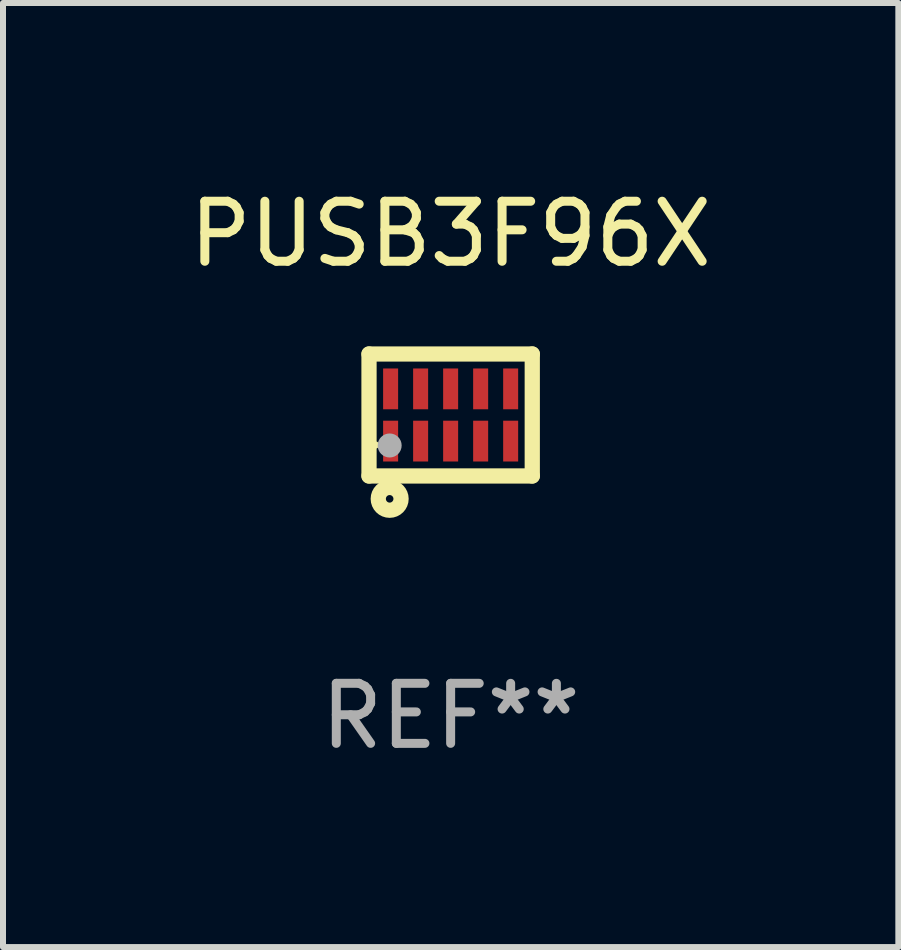
<source format=kicad_pcb>
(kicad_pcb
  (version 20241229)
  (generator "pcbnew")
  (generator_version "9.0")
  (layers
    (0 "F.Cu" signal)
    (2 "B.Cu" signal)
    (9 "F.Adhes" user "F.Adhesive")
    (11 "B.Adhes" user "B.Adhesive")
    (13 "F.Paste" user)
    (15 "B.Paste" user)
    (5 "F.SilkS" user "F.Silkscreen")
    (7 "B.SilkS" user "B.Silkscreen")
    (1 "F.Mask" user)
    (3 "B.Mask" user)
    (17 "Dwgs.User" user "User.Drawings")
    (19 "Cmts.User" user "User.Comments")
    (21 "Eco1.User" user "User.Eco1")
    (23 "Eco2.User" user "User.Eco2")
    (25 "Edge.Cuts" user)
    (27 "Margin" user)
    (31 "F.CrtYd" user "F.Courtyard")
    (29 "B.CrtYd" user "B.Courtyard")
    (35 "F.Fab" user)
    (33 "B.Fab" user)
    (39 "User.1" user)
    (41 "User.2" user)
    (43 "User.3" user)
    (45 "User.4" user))
  (footprint "PUSB3F96X"
    (layer "F.Cu")
    (at 4.458 3.864)
    (property "Reference" "PUSB3F96X" (at 0 -3.016 0) (layer "F.SilkS") (effects (font (size 1 1) (thickness 0.15))))
    (attr through_hole)
    (fp_line (start -1.36 1.016) (end 1.36 1.016) (stroke (width 0.254) (type solid)) (layer "F.SilkS"))
    (fp_line (start -1.36 -1.016) (end -1.36 1.016) (stroke (width 0.254) (type solid)) (layer "F.SilkS"))
    (fp_line (start -1.36 -1.016) (end 1.36 -1.016) (stroke (width 0.254) (type solid)) (layer "F.SilkS"))
    (fp_line (start 1.36 -1.016) (end 1.36 1.016) (stroke (width 0.254) (type solid)) (layer "F.SilkS"))
    (fp_circle (center -1.25 0.5) (end -1.22 0.5) (stroke (width 0.06) (type solid)) (fill no) (layer "F.SilkS"))
    (fp_circle (center -1.016 1.397) (end -0.953 1.397) (stroke (width 0.254) (type solid)) (fill no) (layer "F.SilkS"))
    (fp_circle (center -1.016 0.508) (end -0.916 0.508) (stroke (width 0.2) (type solid)) (fill no) (layer "F.Fab"))
    (fp_text user "REF**" (at 0 5.016 0) (layer "F.Fab") (effects (font (size 1 1) (thickness 0.15))))
    (pad "1" smd rect (at -1 0.435) (size 0.25 0.68) (layers "F.Cu" "F.Mask" "F.Paste"))
    (pad "2" smd rect (at -0.5 0.435) (size 0.25 0.68) (layers "F.Cu" "F.Mask" "F.Paste"))
    (pad "3" smd rect (at 0 0.435) (size 0.25 0.68) (layers "F.Cu" "F.Mask" "F.Paste"))
    (pad "4" smd rect (at 0.5 0.435) (size 0.25 0.68) (layers "F.Cu" "F.Mask" "F.Paste"))
    (pad "5" smd rect (at 1 0.435) (size 0.25 0.68) (layers "F.Cu" "F.Mask" "F.Paste"))
    (pad "6" smd rect (at 1 -0.435) (size 0.25 0.68) (layers "F.Cu" "F.Mask" "F.Paste"))
    (pad "7" smd rect (at 0.5 -0.435) (size 0.25 0.68) (layers "F.Cu" "F.Mask" "F.Paste"))
    (pad "8" smd rect (at 0 -0.435) (size 0.25 0.68) (layers "F.Cu" "F.Mask" "F.Paste"))
    (pad "9" smd rect (at -0.5 -0.435) (size 0.25 0.68) (layers "F.Cu" "F.Mask" "F.Paste"))
    (pad "10" smd rect (at -1 -0.435) (size 0.25 0.68) (layers "F.Cu" "F.Mask" "F.Paste")))
  (gr_rect
    (start -3 -3)
    (end 11.917 12.729)
    (stroke (width 0.1) (type default))
    (fill no)
    (layer "Edge.Cuts")))
</source>
